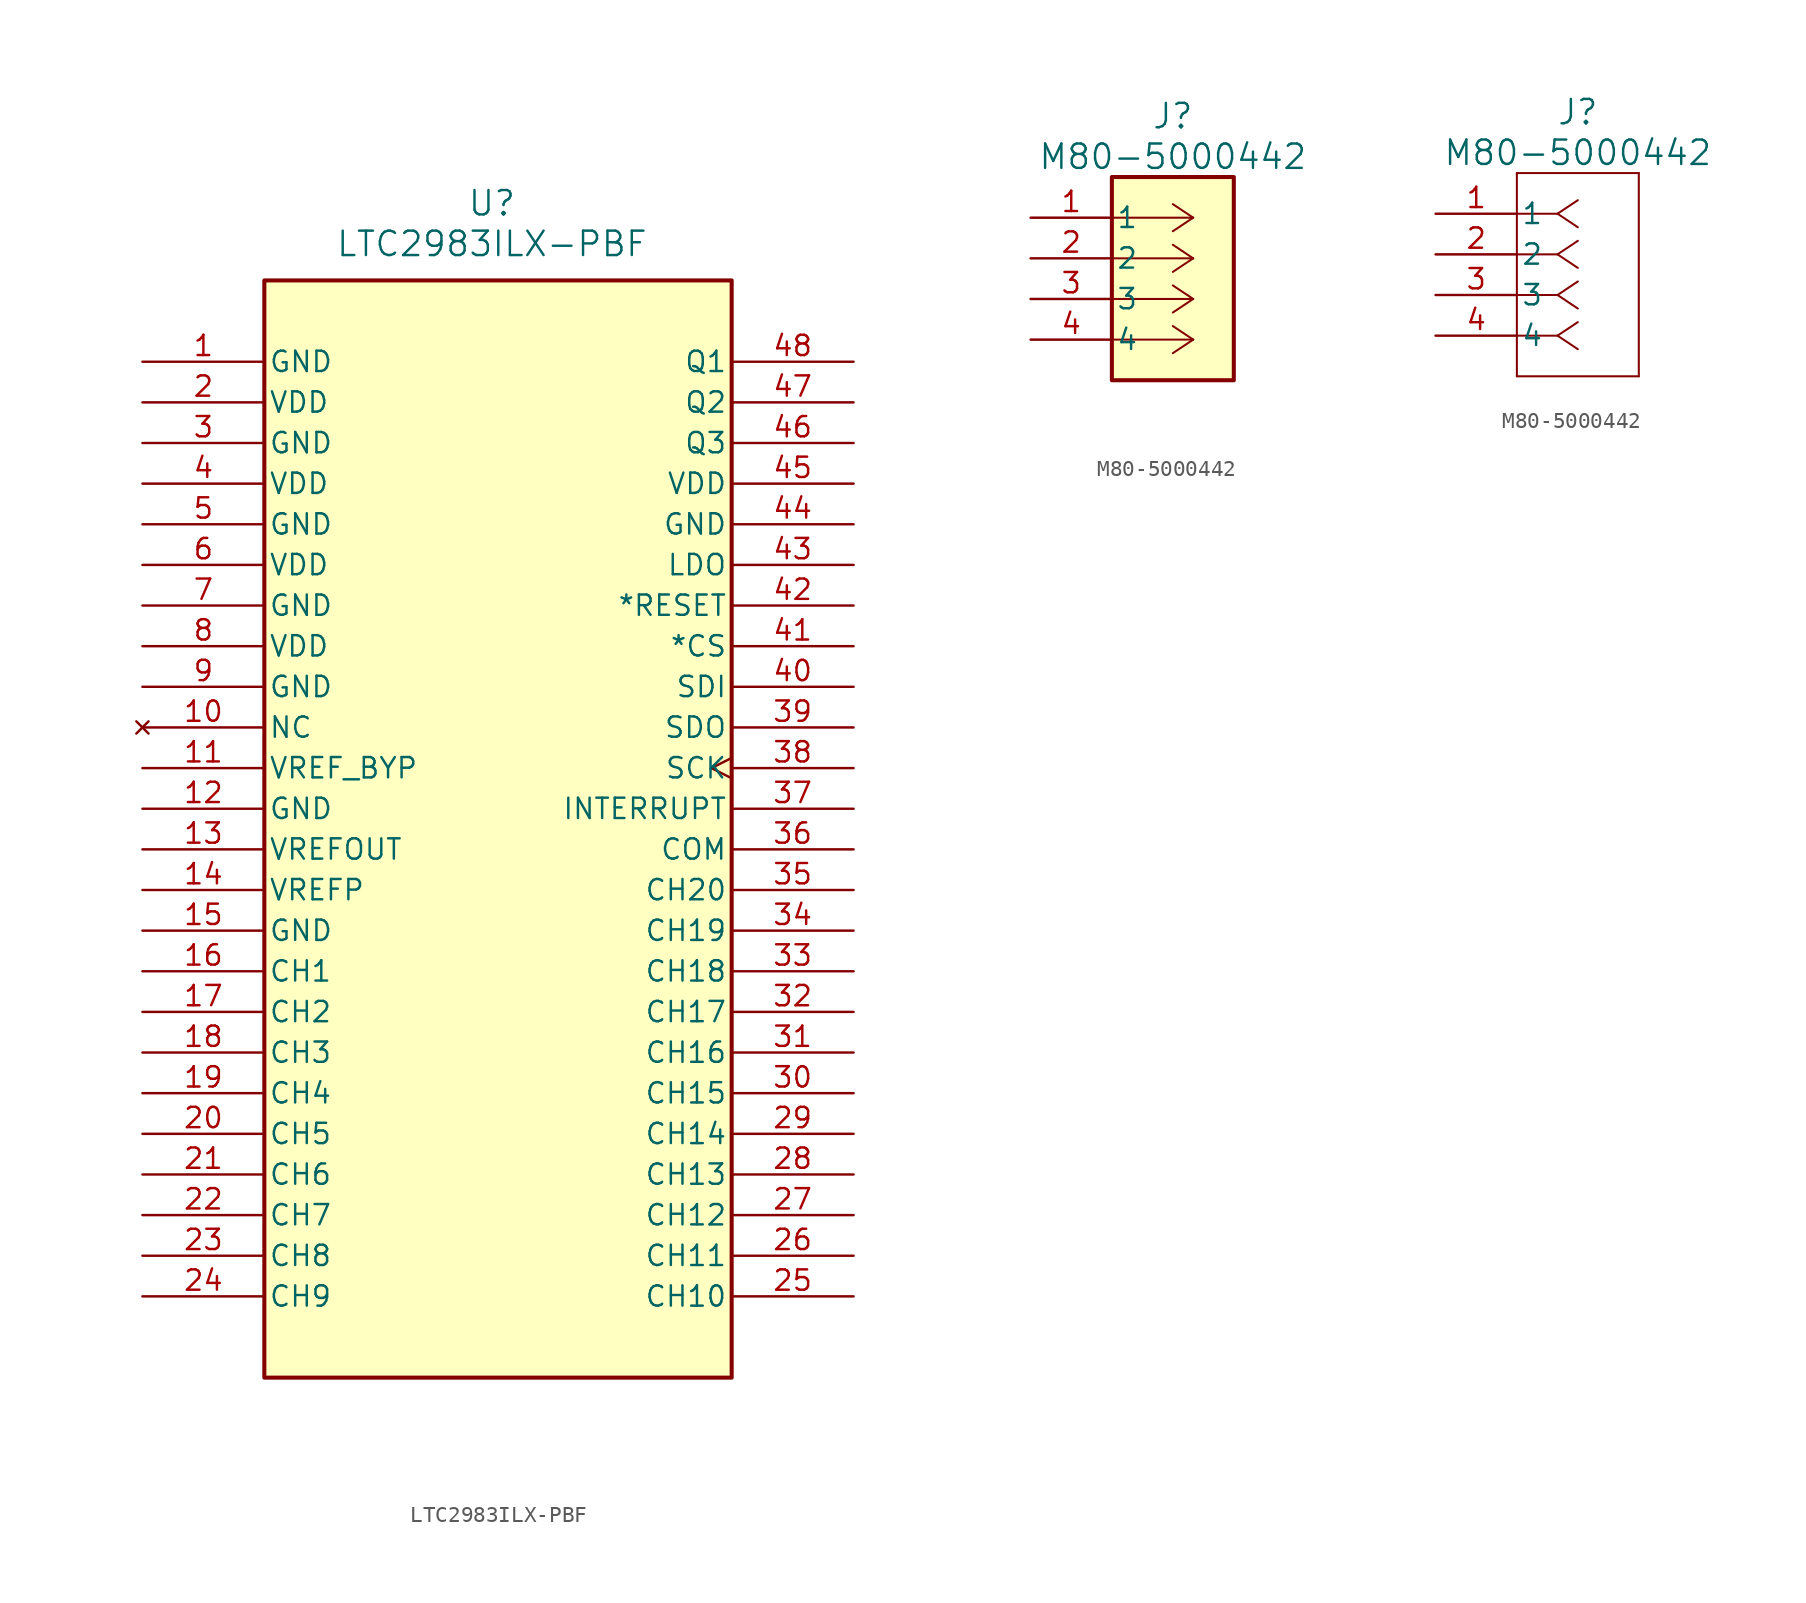
<source format=kicad_sym>
(kicad_symbol_lib
  (version 20241209)
  (generator "kicad_symbol_editor")
  (generator_version "9.0")
  (symbol "LTC2983ILX-PBF"
    (pin_names
      (offset 0.254))
    (property "Reference" "U"
      (at 21.844 9.906 0)
      (effects (font (size 1.524 1.524))))
    (property "Value" "LTC2983ILX-PBF"
      (at 21.844 7.366 0)
      (effects (font (size 1.524 1.524))))
    (symbol "LTC2983ILX-PBF_0_1"
      (pin power_in line (at 0 0 0) (length 7.62) (name "GND" (effects (font (size 1.27 1.27)))) (number "1" (effects (font (size 1.27 1.27)))))
      (pin power_in line (at 0 -2.54 0) (length 7.62) (name "VDD" (effects (font (size 1.27 1.27)))) (number "2" (effects (font (size 1.27 1.27)))))
      (pin power_in line (at 0 -5.08 0) (length 7.62) (name "GND" (effects (font (size 1.27 1.27)))) (number "3" (effects (font (size 1.27 1.27)))))
      (pin power_in line (at 0 -7.62 0) (length 7.62) (name "VDD" (effects (font (size 1.27 1.27)))) (number "4" (effects (font (size 1.27 1.27)))))
      (pin power_in line (at 0 -10.16 0) (length 7.62) (name "GND" (effects (font (size 1.27 1.27)))) (number "5" (effects (font (size 1.27 1.27)))))
      (pin power_in line (at 0 -12.7 0) (length 7.62) (name "VDD" (effects (font (size 1.27 1.27)))) (number "6" (effects (font (size 1.27 1.27)))))
      (pin power_in line (at 0 -15.24 0) (length 7.62) (name "GND" (effects (font (size 1.27 1.27)))) (number "7" (effects (font (size 1.27 1.27)))))
      (pin power_in line (at 0 -17.78 0) (length 7.62) (name "VDD" (effects (font (size 1.27 1.27)))) (number "8" (effects (font (size 1.27 1.27)))))
      (pin power_in line (at 0 -20.32 0) (length 7.62) (name "GND" (effects (font (size 1.27 1.27)))) (number "9" (effects (font (size 1.27 1.27)))))
      (pin no_connect line (at 0 -22.86 0) (length 7.62) (name "NC" (effects (font (size 1.27 1.27)))) (number "10" (effects (font (size 1.27 1.27)))))
      (pin power_in line (at 0 -27.94 0) (length 7.62) (name "GND" (effects (font (size 1.27 1.27)))) (number "12" (effects (font (size 1.27 1.27)))))
      (pin output line (at 0 -30.48 0) (length 7.62) (name "VREFOUT" (effects (font (size 1.27 1.27)))) (number "13" (effects (font (size 1.27 1.27)))))
      (pin input line (at 0 -33.02 0) (length 7.62) (name "VREFP" (effects (font (size 1.27 1.27)))) (number "14" (effects (font (size 1.27 1.27)))))
      (pin power_in line (at 0 -35.56 0) (length 7.62) (name "GND" (effects (font (size 1.27 1.27)))) (number "15" (effects (font (size 1.27 1.27)))))
      (pin input line (at 0 -38.1 0) (length 7.62) (name "CH1" (effects (font (size 1.27 1.27)))) (number "16" (effects (font (size 1.27 1.27)))))
      (pin input line (at 0 -40.64 0) (length 7.62) (name "CH2" (effects (font (size 1.27 1.27)))) (number "17" (effects (font (size 1.27 1.27)))))
      (pin input line (at 0 -43.18 0) (length 7.62) (name "CH3" (effects (font (size 1.27 1.27)))) (number "18" (effects (font (size 1.27 1.27)))))
      (pin input line (at 0 -45.72 0) (length 7.62) (name "CH4" (effects (font (size 1.27 1.27)))) (number "19" (effects (font (size 1.27 1.27)))))
      (pin input line (at 0 -48.26 0) (length 7.62) (name "CH5" (effects (font (size 1.27 1.27)))) (number "20" (effects (font (size 1.27 1.27)))))
      (pin input line (at 0 -50.8 0) (length 7.62) (name "CH6" (effects (font (size 1.27 1.27)))) (number "21" (effects (font (size 1.27 1.27)))))
      (pin input line (at 0 -53.34 0) (length 7.62) (name "CH7" (effects (font (size 1.27 1.27)))) (number "22" (effects (font (size 1.27 1.27)))))
      (pin input line (at 0 -55.88 0) (length 7.62) (name "CH8" (effects (font (size 1.27 1.27)))) (number "23" (effects (font (size 1.27 1.27)))))
      (pin input line (at 0 -58.42 0) (length 7.62) (name "CH9" (effects (font (size 1.27 1.27)))) (number "24" (effects (font (size 1.27 1.27)))))
      (pin power_in line (at 44.45 -7.62 180) (length 7.62) (name "VDD" (effects (font (size 1.27 1.27)))) (number "45" (effects (font (size 1.27 1.27)))))
      (pin power_in line (at 44.45 -10.16 180) (length 7.62) (name "GND" (effects (font (size 1.27 1.27)))) (number "44" (effects (font (size 1.27 1.27)))))
      (pin output line (at 44.45 -12.7 180) (length 7.62) (name "LDO" (effects (font (size 1.27 1.27)))) (number "43" (effects (font (size 1.27 1.27)))))
      (pin bidirectional line (at 44.45 -17.78 180) (length 7.62) (name "*CS" (effects (font (size 1.27 1.27)))) (number "41" (effects (font (size 1.27 1.27)))))
      (pin input line (at 44.45 -20.32 180) (length 7.62) (name "SDI" (effects (font (size 1.27 1.27)))) (number "40" (effects (font (size 1.27 1.27)))))
      (pin output line (at 44.45 -22.86 180) (length 7.62) (name "SDO" (effects (font (size 1.27 1.27)))) (number "39" (effects (font (size 1.27 1.27)))))
      (pin output line (at 44.45 -27.94 180) (length 7.62) (name "INTERRUPT" (effects (font (size 1.27 1.27)))) (number "37" (effects (font (size 1.27 1.27)))))
      (pin input line (at 44.45 -30.48 180) (length 7.62) (name "COM" (effects (font (size 1.27 1.27)))) (number "36" (effects (font (size 1.27 1.27)))))
      (pin input line (at 44.45 -33.02 180) (length 7.62) (name "CH20" (effects (font (size 1.27 1.27)))) (number "35" (effects (font (size 1.27 1.27)))))
      (pin input line (at 44.45 -35.56 180) (length 7.62) (name "CH19" (effects (font (size 1.27 1.27)))) (number "34" (effects (font (size 1.27 1.27)))))
      (pin input line (at 44.45 -38.1 180) (length 7.62) (name "CH18" (effects (font (size 1.27 1.27)))) (number "33" (effects (font (size 1.27 1.27)))))
      (pin input line (at 44.45 -40.64 180) (length 7.62) (name "CH17" (effects (font (size 1.27 1.27)))) (number "32" (effects (font (size 1.27 1.27)))))
      (pin input line (at 44.45 -43.18 180) (length 7.62) (name "CH16" (effects (font (size 1.27 1.27)))) (number "31" (effects (font (size 1.27 1.27)))))
      (pin input line (at 44.45 -45.72 180) (length 7.62) (name "CH15" (effects (font (size 1.27 1.27)))) (number "30" (effects (font (size 1.27 1.27)))))
      (pin input line (at 44.45 -48.26 180) (length 7.62) (name "CH14" (effects (font (size 1.27 1.27)))) (number "29" (effects (font (size 1.27 1.27)))))
      (pin input line (at 44.45 -50.8 180) (length 7.62) (name "CH13" (effects (font (size 1.27 1.27)))) (number "28" (effects (font (size 1.27 1.27)))))
      (pin input line (at 44.45 -53.34 180) (length 7.62) (name "CH12" (effects (font (size 1.27 1.27)))) (number "27" (effects (font (size 1.27 1.27)))))
      (pin input line (at 44.45 -55.88 180) (length 7.62) (name "CH11" (effects (font (size 1.27 1.27)))) (number "26" (effects (font (size 1.27 1.27)))))
      (pin input line (at 44.45 -58.42 180) (length 7.62) (name "CH10" (effects (font (size 1.27 1.27)))) (number "25" (effects (font (size 1.27 1.27))))))
    (symbol "LTC2983ILX-PBF_1_1"
      (rectangle (start 7.62 5.08) (end 36.83 -63.5) (stroke (width 0.254) (type solid)) (fill (type background)))
      (pin passive line (at 0 -25.4 0) (length 7.62) (name "VREF_BYP" (effects (font (size 1.27 1.27)))) (number "11" (effects (font (size 1.27 1.27)))))
      (pin passive line (at 44.45 0 180) (length 7.62) (name "Q1" (effects (font (size 1.27 1.27)))) (number "48" (effects (font (size 1.27 1.27)))))
      (pin passive line (at 44.45 -2.54 180) (length 7.62) (name "Q2" (effects (font (size 1.27 1.27)))) (number "47" (effects (font (size 1.27 1.27)))))
      (pin passive line (at 44.45 -5.08 180) (length 7.62) (name "Q3" (effects (font (size 1.27 1.27)))) (number "46" (effects (font (size 1.27 1.27)))))
      (pin input line (at 44.45 -15.24 180) (length 7.62) (name "*RESET" (effects (font (size 1.27 1.27)))) (number "42" (effects (font (size 1.27 1.27)))))
      (pin input clock (at 44.45 -25.4 180) (length 7.62) (name "SCK" (effects (font (size 1.27 1.27)))) (number "38" (effects (font (size 1.27 1.27)))))))
  (symbol "M80-5000442"
    (pin_names
      (offset 0.254))
    (property "Reference" "J"
      (at 8.89 6.35 0)
      (effects (font (size 1.524 1.524))))
    (property "Value" "M80-5000442"
      (at 8.89 3.81 0)
      (effects (font (size 1.524 1.524))))
    (symbol "M80-5000442_1_1"
      (rectangle (start 5.08 2.54) (end 12.7 -10.16) (stroke (width 0.254) (type solid)) (fill (type background)))
      (polyline (pts (xy 10.16 0) (xy 5.08 0)) (stroke (width 0.127) (type default)) (fill (type none)))
      (polyline (pts (xy 10.16 0) (xy 8.89 0.847)) (stroke (width 0.127) (type default)) (fill (type none)))
      (polyline (pts (xy 10.16 0) (xy 8.89 -0.847)) (stroke (width 0.127) (type default)) (fill (type none)))
      (polyline (pts (xy 10.16 -2.54) (xy 5.08 -2.54)) (stroke (width 0.127) (type default)) (fill (type none)))
      (polyline (pts (xy 10.16 -2.54) (xy 8.89 -1.693)) (stroke (width 0.127) (type default)) (fill (type none)))
      (polyline (pts (xy 10.16 -2.54) (xy 8.89 -3.387)) (stroke (width 0.127) (type default)) (fill (type none)))
      (polyline (pts (xy 10.16 -5.08) (xy 5.08 -5.08)) (stroke (width 0.127) (type default)) (fill (type none)))
      (polyline (pts (xy 10.16 -5.08) (xy 8.89 -4.233)) (stroke (width 0.127) (type default)) (fill (type none)))
      (polyline (pts (xy 10.16 -5.08) (xy 8.89 -5.927)) (stroke (width 0.127) (type default)) (fill (type none)))
      (polyline (pts (xy 10.16 -7.62) (xy 5.08 -7.62)) (stroke (width 0.127) (type default)) (fill (type none)))
      (polyline (pts (xy 10.16 -7.62) (xy 8.89 -6.773)) (stroke (width 0.127) (type default)) (fill (type none)))
      (polyline (pts (xy 10.16 -7.62) (xy 8.89 -8.467)) (stroke (width 0.127) (type default)) (fill (type none)))
      (pin passive line (at 0 0 0) (length 5.08) (name "1" (effects (font (size 1.27 1.27)))) (number "1" (effects (font (size 1.27 1.27)))))
      (pin passive line (at 0 -2.54 0) (length 5.08) (name "2" (effects (font (size 1.27 1.27)))) (number "2" (effects (font (size 1.27 1.27)))))
      (pin passive line (at 0 -5.08 0) (length 5.08) (name "3" (effects (font (size 1.27 1.27)))) (number "3" (effects (font (size 1.27 1.27)))))
      (pin passive line (at 0 -7.62 0) (length 5.08) (name "4" (effects (font (size 1.27 1.27)))) (number "4" (effects (font (size 1.27 1.27)))))
      (pin no_connect line (at 7.62 -12.7 90) (length 2.54) (hide yes) (name "5" (effects (font (size 1.27 1.27)))) (number "5" (effects (font (size 1.27 1.27)))))
      (pin no_connect line (at 10.16 -12.7 90) (length 2.54) (hide yes) (name "6" (effects (font (size 1.27 1.27)))) (number "6" (effects (font (size 1.27 1.27))))))
    (symbol "M80-5000442_1_2"
      (polyline (pts (xy 5.08 2.54) (xy 5.08 -10.16)) (stroke (width 0.127) (type default)) (fill (type none)))
      (polyline (pts (xy 5.08 -10.16) (xy 12.7 -10.16)) (stroke (width 0.127) (type default)) (fill (type none)))
      (polyline (pts (xy 7.62 0) (xy 5.08 0)) (stroke (width 0.127) (type default)) (fill (type none)))
      (polyline (pts (xy 7.62 0) (xy 8.89 0.847)) (stroke (width 0.127) (type default)) (fill (type none)))
      (polyline (pts (xy 7.62 0) (xy 8.89 -0.847)) (stroke (width 0.127) (type default)) (fill (type none)))
      (polyline (pts (xy 7.62 -2.54) (xy 5.08 -2.54)) (stroke (width 0.127) (type default)) (fill (type none)))
      (polyline (pts (xy 7.62 -2.54) (xy 8.89 -1.693)) (stroke (width 0.127) (type default)) (fill (type none)))
      (polyline (pts (xy 7.62 -2.54) (xy 8.89 -3.387)) (stroke (width 0.127) (type default)) (fill (type none)))
      (polyline (pts (xy 7.62 -5.08) (xy 5.08 -5.08)) (stroke (width 0.127) (type default)) (fill (type none)))
      (polyline (pts (xy 7.62 -5.08) (xy 8.89 -4.233)) (stroke (width 0.127) (type default)) (fill (type none)))
      (polyline (pts (xy 7.62 -5.08) (xy 8.89 -5.927)) (stroke (width 0.127) (type default)) (fill (type none)))
      (polyline (pts (xy 7.62 -7.62) (xy 5.08 -7.62)) (stroke (width 0.127) (type default)) (fill (type none)))
      (polyline (pts (xy 7.62 -7.62) (xy 8.89 -6.773)) (stroke (width 0.127) (type default)) (fill (type none)))
      (polyline (pts (xy 7.62 -7.62) (xy 8.89 -8.467)) (stroke (width 0.127) (type default)) (fill (type none)))
      (polyline (pts (xy 12.7 2.54) (xy 5.08 2.54)) (stroke (width 0.127) (type default)) (fill (type none)))
      (polyline (pts (xy 12.7 -10.16) (xy 12.7 2.54)) (stroke (width 0.127) (type default)) (fill (type none)))
      (pin unspecified line (at 0 0 0) (length 5.08) (name "1" (effects (font (size 1.27 1.27)))) (number "1" (effects (font (size 1.27 1.27)))))
      (pin unspecified line (at 0 -2.54 0) (length 5.08) (name "2" (effects (font (size 1.27 1.27)))) (number "2" (effects (font (size 1.27 1.27)))))
      (pin unspecified line (at 0 -5.08 0) (length 5.08) (name "3" (effects (font (size 1.27 1.27)))) (number "3" (effects (font (size 1.27 1.27)))))
      (pin unspecified line (at 0 -7.62 0) (length 5.08) (name "4" (effects (font (size 1.27 1.27)))) (number "4" (effects (font (size 1.27 1.27))))))))
</source>
